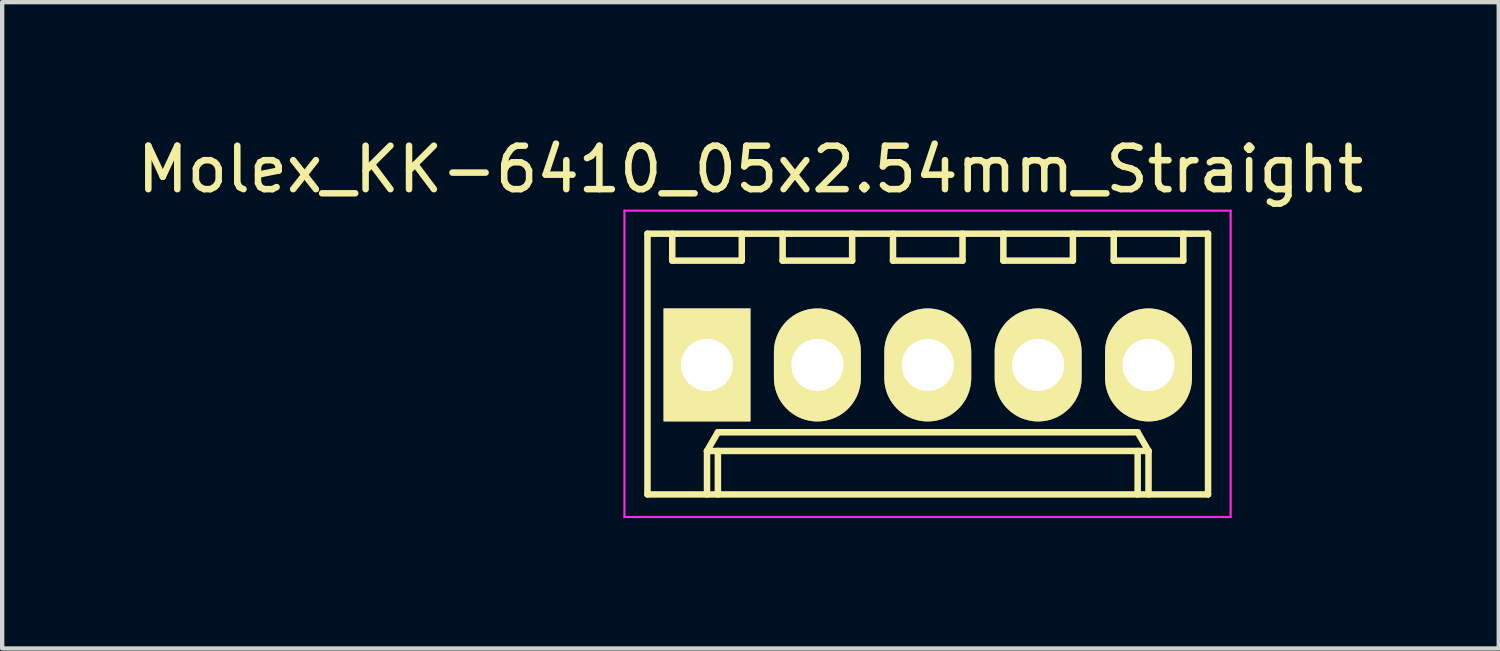
<source format=kicad_pcb>
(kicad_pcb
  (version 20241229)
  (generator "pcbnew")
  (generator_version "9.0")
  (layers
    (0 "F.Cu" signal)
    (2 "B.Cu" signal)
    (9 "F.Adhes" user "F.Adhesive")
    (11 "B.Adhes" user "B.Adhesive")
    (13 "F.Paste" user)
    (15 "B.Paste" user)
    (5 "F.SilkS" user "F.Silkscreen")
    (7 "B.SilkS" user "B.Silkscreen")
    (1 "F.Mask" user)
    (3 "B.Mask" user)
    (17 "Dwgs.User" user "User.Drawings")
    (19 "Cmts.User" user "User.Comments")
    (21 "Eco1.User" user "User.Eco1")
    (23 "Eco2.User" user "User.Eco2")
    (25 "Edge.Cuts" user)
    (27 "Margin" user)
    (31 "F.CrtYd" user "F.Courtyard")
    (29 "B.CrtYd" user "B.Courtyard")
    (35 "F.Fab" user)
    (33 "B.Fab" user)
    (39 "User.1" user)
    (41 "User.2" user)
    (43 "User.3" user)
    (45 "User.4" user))
  (footprint "Molex_KK-6410_05x2.54mm_Straight"
    (layer "F.Cu")
    (at 13.22 5.348)
    (property "Reference" "Molex_KK-6410_05x2.54mm_Straight" (at 1 -4.5 0) (layer "F.SilkS") (effects (font (size 1 1) (thickness 0.15))))
    (attr through_hole)
    (fp_line (start -1.37 -3.02) (end -1.37 2.98) (stroke (width 0.15) (type solid)) (layer "F.SilkS"))
    (fp_line (start -1.37 2.98) (end 11.53 2.98) (stroke (width 0.15) (type solid)) (layer "F.SilkS"))
    (fp_line (start -0.8 -3.02) (end -0.8 -2.4) (stroke (width 0.15) (type solid)) (layer "F.SilkS"))
    (fp_line (start -0.8 -2.4) (end 0.8 -2.4) (stroke (width 0.15) (type solid)) (layer "F.SilkS"))
    (fp_line (start 0 1.98) (end 0.25 1.55) (stroke (width 0.15) (type solid)) (layer "F.SilkS"))
    (fp_line (start 0 1.98) (end 10.16 1.98) (stroke (width 0.15) (type solid)) (layer "F.SilkS"))
    (fp_line (start 0 2.98) (end 0 1.98) (stroke (width 0.15) (type solid)) (layer "F.SilkS"))
    (fp_line (start 0.25 1.55) (end 9.91 1.55) (stroke (width 0.15) (type solid)) (layer "F.SilkS"))
    (fp_line (start 0.25 2.98) (end 0.25 1.98) (stroke (width 0.15) (type solid)) (layer "F.SilkS"))
    (fp_line (start 0.8 -2.4) (end 0.8 -3.02) (stroke (width 0.15) (type solid)) (layer "F.SilkS"))
    (fp_line (start 1.74 -3.02) (end 1.74 -2.4) (stroke (width 0.15) (type solid)) (layer "F.SilkS"))
    (fp_line (start 1.74 -2.4) (end 3.34 -2.4) (stroke (width 0.15) (type solid)) (layer "F.SilkS"))
    (fp_line (start 3.34 -2.4) (end 3.34 -3.02) (stroke (width 0.15) (type solid)) (layer "F.SilkS"))
    (fp_line (start 4.28 -3.02) (end 4.28 -2.4) (stroke (width 0.15) (type solid)) (layer "F.SilkS"))
    (fp_line (start 4.28 -2.4) (end 5.88 -2.4) (stroke (width 0.15) (type solid)) (layer "F.SilkS"))
    (fp_line (start 5.88 -2.4) (end 5.88 -3.02) (stroke (width 0.15) (type solid)) (layer "F.SilkS"))
    (fp_line (start 6.82 -3.02) (end 6.82 -2.4) (stroke (width 0.15) (type solid)) (layer "F.SilkS"))
    (fp_line (start 6.82 -2.4) (end 8.42 -2.4) (stroke (width 0.15) (type solid)) (layer "F.SilkS"))
    (fp_line (start 8.42 -2.4) (end 8.42 -3.02) (stroke (width 0.15) (type solid)) (layer "F.SilkS"))
    (fp_line (start 9.36 -3.02) (end 9.36 -2.4) (stroke (width 0.15) (type solid)) (layer "F.SilkS"))
    (fp_line (start 9.36 -2.4) (end 10.96 -2.4) (stroke (width 0.15) (type solid)) (layer "F.SilkS"))
    (fp_line (start 9.91 1.55) (end 10.16 1.98) (stroke (width 0.15) (type solid)) (layer "F.SilkS"))
    (fp_line (start 9.91 2.98) (end 9.91 1.98) (stroke (width 0.15) (type solid)) (layer "F.SilkS"))
    (fp_line (start 10.16 1.98) (end 10.16 2.98) (stroke (width 0.15) (type solid)) (layer "F.SilkS"))
    (fp_line (start 10.96 -2.4) (end 10.96 -3.02) (stroke (width 0.15) (type solid)) (layer "F.SilkS"))
    (fp_line (start 11.53 -3.02) (end -1.37 -3.02) (stroke (width 0.15) (type solid)) (layer "F.SilkS"))
    (fp_line (start 11.53 2.98) (end 11.53 -3.02) (stroke (width 0.15) (type solid)) (layer "F.SilkS"))
    (fp_line (start -1.9 -3.55) (end 12.05 -3.55) (stroke (width 0.05) (type solid)) (layer "F.CrtYd"))
    (fp_line (start -1.9 3.5) (end -1.9 -3.55) (stroke (width 0.05) (type solid)) (layer "F.CrtYd"))
    (fp_line (start 12.05 -3.55) (end 12.05 3.5) (stroke (width 0.05) (type solid)) (layer "F.CrtYd"))
    (fp_line (start 12.05 3.5) (end -1.9 3.5) (stroke (width 0.05) (type solid)) (layer "F.CrtYd"))
    (pad "1" thru_hole rect (at 0 0) (size 2 2.6) (drill 1.2) (layers "*.Cu" "*.Mask" "F.SilkS"))
    (pad "2" thru_hole oval (at 2.54 0) (size 2 2.6) (drill 1.2) (layers "*.Cu" "*.Mask" "F.SilkS"))
    (pad "3" thru_hole oval (at 5.08 0) (size 2 2.6) (drill 1.2) (layers "*.Cu" "*.Mask" "F.SilkS"))
    (pad "4" thru_hole oval (at 7.62 0) (size 2 2.6) (drill 1.2) (layers "*.Cu" "*.Mask" "F.SilkS"))
    (pad "5" thru_hole oval (at 10.16 0) (size 2 2.6) (drill 1.2) (layers "*.Cu" "*.Mask" "F.SilkS")))
  (gr_rect
    (start -3 -3)
    (end 31.44 11.873)
    (stroke (width 0.1) (type default))
    (fill no)
    (layer "Edge.Cuts")))
</source>
